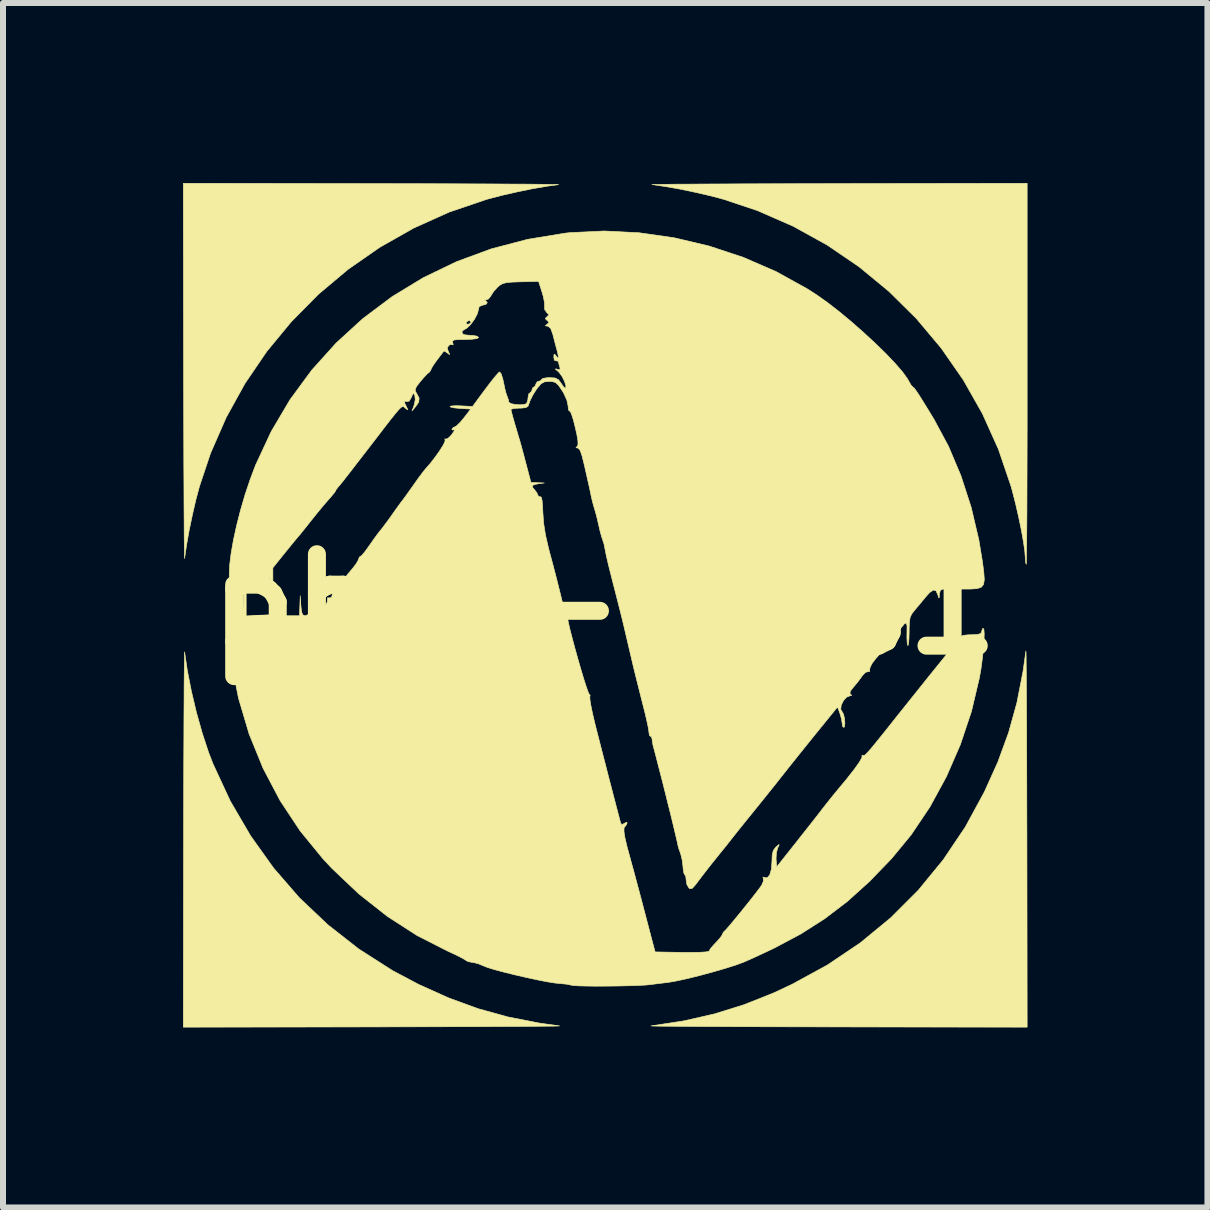
<source format=kicad_pcb>
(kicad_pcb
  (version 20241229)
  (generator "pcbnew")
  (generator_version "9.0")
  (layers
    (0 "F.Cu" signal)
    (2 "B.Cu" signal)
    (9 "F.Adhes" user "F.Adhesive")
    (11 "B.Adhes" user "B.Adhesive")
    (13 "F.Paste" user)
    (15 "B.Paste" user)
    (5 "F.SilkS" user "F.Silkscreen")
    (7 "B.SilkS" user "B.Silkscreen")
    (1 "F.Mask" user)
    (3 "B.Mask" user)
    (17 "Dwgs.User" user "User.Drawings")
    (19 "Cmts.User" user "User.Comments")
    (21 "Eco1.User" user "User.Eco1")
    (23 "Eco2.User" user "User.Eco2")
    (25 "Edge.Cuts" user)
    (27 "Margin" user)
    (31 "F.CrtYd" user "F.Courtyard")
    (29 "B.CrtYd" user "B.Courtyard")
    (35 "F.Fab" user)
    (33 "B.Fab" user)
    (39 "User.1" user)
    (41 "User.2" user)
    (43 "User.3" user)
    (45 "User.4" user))
  (footprint "phol-labs1"
    (layer "F.Cu")
    (at 7.022 7.022)
    (property "Reference" "phol-labs1" (at 0 0 0) (layer "F.SilkS") (effects (font (size 1.524 1.524) (thickness 0.3))))
    (attr through_hole)
    (fp_poly (pts (xy 7.029 0.795) (xy 7.031 0.873) (xy 7.032 1.005) (xy 7.034 1.189) (xy 7.036 1.419) (xy 7.037 1.693) (xy 7.039 2.006) (xy 7.04 2.354) (xy 7.041 2.733) (xy 7.042 3.139) (xy 7.043 3.567) (xy 7.044 3.866) (xy 7.048 7.048) (xy 3.866 7.044) (xy 3.424 7.043) (xy 3.003 7.042) (xy 2.606 7.041) (xy 2.237 7.04) (xy 1.9 7.038) (xy 1.599 7.037) (xy 1.339 7.035) (xy 1.123 7.033) (xy 0.956 7.032) (xy 0.841 7.03) (xy 0.783 7.028) (xy 0.778 7.027) (xy 1.329 6.943) (xy 1.84 6.826) (xy 2.331 6.673) (xy 2.821 6.478) (xy 3.127 6.335) (xy 3.72 6.011) (xy 4.269 5.641) (xy 4.774 5.225) (xy 5.234 4.765) (xy 5.648 4.26) (xy 6.017 3.712) (xy 6.335 3.127) (xy 6.56 2.628) (xy 6.739 2.138) (xy 6.877 1.641) (xy 6.98 1.115) (xy 7.027 0.778) (xy 7.029 0.795)) (stroke (width 0.01) (type solid)) (fill yes) (layer "F.SilkS"))
    (fp_poly (pts (xy -6.95 1.103) (xy -6.883 1.445) (xy -6.799 1.8) (xy -6.701 2.147) (xy -6.597 2.465) (xy -6.522 2.659) (xy -6.234 3.279) (xy -5.896 3.858) (xy -5.512 4.396) (xy -5.082 4.892) (xy -4.607 5.342) (xy -4.09 5.747) (xy -3.53 6.105) (xy -3.096 6.335) (xy -2.596 6.56) (xy -2.107 6.739) (xy -1.609 6.877) (xy -1.084 6.98) (xy -0.746 7.027) (xy -0.764 7.029) (xy -0.841 7.031) (xy -0.973 7.032) (xy -1.157 7.034) (xy -1.388 7.036) (xy -1.662 7.037) (xy -1.975 7.039) (xy -2.322 7.04) (xy -2.701 7.041) (xy -3.107 7.042) (xy -3.535 7.043) (xy -3.834 7.044) (xy -7.017 7.048) (xy -7.012 3.866) (xy -7.011 3.425) (xy -7.01 3.004) (xy -7.009 2.608) (xy -7.007 2.24) (xy -7.006 1.904) (xy -7.004 1.605) (xy -7.003 1.346) (xy -7.001 1.132) (xy -6.999 0.967) (xy -6.997 0.854) (xy -6.996 0.798) (xy -6.995 0.794) (xy -6.95 1.103)) (stroke (width 0.01) (type solid)) (fill yes) (layer "F.SilkS"))
    (fp_poly (pts (xy -3.834 -7.012) (xy -3.393 -7.011) (xy -2.972 -7.01) (xy -2.576 -7.009) (xy -2.208 -7.007) (xy -1.872 -7.006) (xy -1.573 -7.004) (xy -1.314 -7.003) (xy -1.1 -7.001) (xy -0.935 -6.999) (xy -0.822 -6.997) (xy -0.766 -6.996) (xy -0.762 -6.995) (xy -0.963 -6.967) (xy -1.203 -6.925) (xy -1.461 -6.872) (xy -1.715 -6.814) (xy -1.943 -6.754) (xy -1.964 -6.748) (xy -2.585 -6.537) (xy -3.178 -6.27) (xy -3.741 -5.951) (xy -4.27 -5.583) (xy -4.763 -5.169) (xy -5.215 -4.712) (xy -5.625 -4.215) (xy -5.988 -3.682) (xy -6.301 -3.116) (xy -6.562 -2.52) (xy -6.748 -1.964) (xy -6.808 -1.74) (xy -6.866 -1.487) (xy -6.92 -1.229) (xy -6.963 -0.986) (xy -6.993 -0.78) (xy -6.995 -0.762) (xy -6.996 -0.777) (xy -6.998 -0.852) (xy -7 -0.982) (xy -7.002 -1.164) (xy -7.003 -1.393) (xy -7.005 -1.665) (xy -7.006 -1.976) (xy -7.008 -2.323) (xy -7.009 -2.7) (xy -7.01 -3.105) (xy -7.011 -3.533) (xy -7.012 -3.834) (xy -7.017 -7.017) (xy -3.834 -7.012)) (stroke (width 0.01) (type solid)) (fill yes) (layer "F.SilkS"))
    (fp_poly (pts (xy 7.048 -3.842) (xy 7.048 -3.399) (xy 7.048 -2.974) (xy 7.047 -2.572) (xy 7.046 -2.196) (xy 7.045 -1.852) (xy 7.044 -1.543) (xy 7.042 -1.274) (xy 7.04 -1.049) (xy 7.038 -0.872) (xy 7.036 -0.747) (xy 7.034 -0.679) (xy 7.033 -0.667) (xy 7.022 -0.695) (xy 7.017 -0.763) (xy 7.017 -0.772) (xy 7.009 -0.884) (xy 6.986 -1.042) (xy 6.952 -1.234) (xy 6.908 -1.445) (xy 6.859 -1.661) (xy 6.806 -1.869) (xy 6.78 -1.965) (xy 6.569 -2.585) (xy 6.302 -3.178) (xy 5.983 -3.741) (xy 5.615 -4.27) (xy 5.201 -4.763) (xy 4.744 -5.215) (xy 4.247 -5.625) (xy 3.714 -5.988) (xy 3.148 -6.301) (xy 2.552 -6.562) (xy 1.996 -6.748) (xy 1.771 -6.808) (xy 1.519 -6.866) (xy 1.261 -6.92) (xy 1.018 -6.963) (xy 0.812 -6.993) (xy 0.794 -6.995) (xy 0.809 -6.996) (xy 0.884 -6.998) (xy 1.014 -7) (xy 1.196 -7.002) (xy 1.425 -7.003) (xy 1.697 -7.005) (xy 2.008 -7.006) (xy 2.355 -7.008) (xy 2.732 -7.009) (xy 3.137 -7.01) (xy 3.564 -7.011) (xy 3.866 -7.012) (xy 7.048 -7.017) (xy 7.048 -3.842)) (stroke (width 0.01) (type solid)) (fill yes) (layer "F.SilkS"))
    (fp_poly (pts (xy 0.578 -6.193) (xy 1.165 -6.109) (xy 1.748 -5.971) (xy 2.316 -5.783) (xy 2.862 -5.546) (xy 3.376 -5.262) (xy 3.537 -5.159) (xy 3.718 -5.031) (xy 3.914 -4.879) (xy 4.118 -4.71) (xy 4.321 -4.531) (xy 4.516 -4.351) (xy 4.695 -4.176) (xy 4.849 -4.014) (xy 4.972 -3.872) (xy 5.054 -3.758) (xy 5.073 -3.723) (xy 5.112 -3.655) (xy 5.142 -3.621) (xy 5.146 -3.619) (xy 5.161 -3.609) (xy 5.189 -3.572) (xy 5.235 -3.505) (xy 5.302 -3.399) (xy 5.394 -3.25) (xy 5.496 -3.082) (xy 5.737 -2.634) (xy 5.945 -2.141) (xy 6.115 -1.617) (xy 6.243 -1.073) (xy 6.302 -0.715) (xy 6.325 -0.537) (xy 6.334 -0.411) (xy 6.321 -0.33) (xy 6.282 -0.283) (xy 6.211 -0.261) (xy 6.101 -0.254) (xy 6.015 -0.254) (xy 5.787 -0.254) (xy 5.759 -0.056) (xy 5.732 0.143) (xy 5.722 -0.056) (xy 5.714 -0.165) (xy 5.7 -0.225) (xy 5.676 -0.25) (xy 5.65 -0.254) (xy 5.602 -0.235) (xy 5.585 -0.17) (xy 5.585 -0.167) (xy 5.582 -0.107) (xy 5.574 -0.109) (xy 5.56 -0.156) (xy 5.529 -0.225) (xy 5.485 -0.238) (xy 5.423 -0.196) (xy 5.361 -0.127) (xy 5.279 -0.028) (xy 5.196 0.071) (xy 5.168 0.105) (xy 5.123 0.163) (xy 5.097 0.221) (xy 5.085 0.299) (xy 5.081 0.415) (xy 5.081 0.458) (xy 5.078 0.572) (xy 5.071 0.653) (xy 5.062 0.688) (xy 5.059 0.688) (xy 5.049 0.647) (xy 5.044 0.562) (xy 5.045 0.471) (xy 5.046 0.362) (xy 5.035 0.313) (xy 5.004 0.323) (xy 4.949 0.39) (xy 4.92 0.431) (xy 4.866 0.502) (xy 4.782 0.605) (xy 4.679 0.728) (xy 4.57 0.855) (xy 4.516 0.916) (xy 4.458 0.994) (xy 4.427 1.062) (xy 4.425 1.085) (xy 4.42 1.124) (xy 4.396 1.122) (xy 4.353 1.135) (xy 4.302 1.188) (xy 4.297 1.196) (xy 4.235 1.282) (xy 4.161 1.372) (xy 4.153 1.38) (xy 4.1 1.449) (xy 4.095 1.49) (xy 4.105 1.499) (xy 4.124 1.519) (xy 4.099 1.524) (xy 4.038 1.548) (xy 3.985 1.608) (xy 3.949 1.682) (xy 3.941 1.751) (xy 3.965 1.792) (xy 3.988 1.833) (xy 4.004 1.907) (xy 4.01 1.986) (xy 4.002 2.042) (xy 3.994 2.052) (xy 3.974 2.038) (xy 3.966 1.994) (xy 3.954 1.913) (xy 3.927 1.818) (xy 3.926 1.816) (xy 3.888 1.711) (xy 3.519 2.165) (xy 3.39 2.325) (xy 3.264 2.482) (xy 3.151 2.623) (xy 3.06 2.737) (xy 3.012 2.798) (xy 2.943 2.885) (xy 2.845 3.009) (xy 2.728 3.155) (xy 2.604 3.309) (xy 2.54 3.389) (xy 2.42 3.537) (xy 2.307 3.677) (xy 2.21 3.798) (xy 2.138 3.889) (xy 2.111 3.923) (xy 2.032 4.024) (xy 1.941 4.136) (xy 1.905 4.181) (xy 1.777 4.34) (xy 1.647 4.507) (xy 1.535 4.655) (xy 1.519 4.676) (xy 1.468 4.733) (xy 1.43 4.741) (xy 1.41 4.728) (xy 1.377 4.671) (xy 1.365 4.6) (xy 1.358 4.535) (xy 1.341 4.508) (xy 1.326 4.48) (xy 1.314 4.408) (xy 1.312 4.373) (xy 1.298 4.261) (xy 1.273 4.159) (xy 1.267 4.143) (xy 1.238 4.061) (xy 1.223 4) (xy 1.213 3.949) (xy 1.189 3.847) (xy 1.155 3.703) (xy 1.113 3.529) (xy 1.064 3.334) (xy 1.013 3.128) (xy 0.961 2.922) (xy 0.91 2.725) (xy 0.865 2.549) (xy 0.826 2.402) (xy 0.812 2.349) (xy 0.799 2.275) (xy 0.796 2.244) (xy 0.784 2.203) (xy 0.77 2.202) (xy 0.752 2.186) (xy 0.744 2.132) (xy 0.736 2.069) (xy 0.713 1.96) (xy 0.681 1.821) (xy 0.642 1.667) (xy 0.593 1.473) (xy 0.539 1.258) (xy 0.488 1.052) (xy 0.461 0.937) (xy 0.421 0.767) (xy 0.38 0.592) (xy 0.344 0.439) (xy 0.327 0.365) (xy 0.3 0.253) (xy 0.261 0.097) (xy 0.215 -0.084) (xy 0.167 -0.272) (xy 0.151 -0.333) (xy 0.107 -0.507) (xy 0.067 -0.667) (xy 0.036 -0.8) (xy 0.017 -0.892) (xy 0.013 -0.916) (xy -0.005 -1.006) (xy -0.027 -1.074) (xy -0.027 -1.075) (xy -0.047 -1.133) (xy -0.073 -1.23) (xy -0.093 -1.318) (xy -0.12 -1.435) (xy -0.147 -1.537) (xy -0.162 -1.587) (xy -0.185 -1.666) (xy -0.212 -1.774) (xy -0.223 -1.826) (xy -0.243 -1.923) (xy -0.259 -1.995) (xy -0.264 -2.016) (xy -0.274 -2.06) (xy -0.294 -2.149) (xy -0.321 -2.269) (xy -0.334 -2.326) (xy -0.37 -2.471) (xy -0.401 -2.561) (xy -0.431 -2.6) (xy -0.444 -2.604) (xy -0.472 -2.612) (xy -0.454 -2.629) (xy -0.439 -2.657) (xy -0.439 -2.718) (xy -0.456 -2.823) (xy -0.483 -2.944) (xy -0.514 -3.068) (xy -0.544 -3.162) (xy -0.567 -3.214) (xy -0.577 -3.219) (xy -0.595 -3.235) (xy -0.603 -3.296) (xy -0.603 -3.305) (xy -0.623 -3.4) (xy -0.675 -3.516) (xy -0.702 -3.561) (xy -0.763 -3.65) (xy -0.812 -3.696) (xy -0.869 -3.713) (xy -0.919 -3.715) (xy -0.995 -3.708) (xy -1.053 -3.677) (xy -1.112 -3.608) (xy -1.133 -3.58) (xy -1.194 -3.483) (xy -1.238 -3.392) (xy -1.25 -3.358) (xy -1.27 -3.303) (xy -1.307 -3.278) (xy -1.383 -3.27) (xy -1.413 -3.27) (xy -1.498 -3.265) (xy -1.549 -3.252) (xy -1.556 -3.245) (xy -1.547 -3.205) (xy -1.524 -3.119) (xy -1.491 -3.004) (xy -1.475 -2.951) (xy -1.438 -2.825) (xy -1.406 -2.718) (xy -1.386 -2.648) (xy -1.382 -2.635) (xy -1.369 -2.584) (xy -1.343 -2.489) (xy -1.311 -2.366) (xy -1.296 -2.31) (xy -1.223 -2.032) (xy -1.112 -2.027) (xy -1 -2.022) (xy -1.103 -2.009) (xy -1.183 -1.99) (xy -1.202 -1.957) (xy -1.162 -1.908) (xy -1.159 -1.905) (xy -1.119 -1.851) (xy -1.111 -1.823) (xy -1.089 -1.793) (xy -1.072 -1.795) (xy -1.051 -1.785) (xy -1.037 -1.732) (xy -1.028 -1.627) (xy -1.024 -1.532) (xy -1.011 -1.35) (xy -0.98 -1.154) (xy -0.927 -0.925) (xy -0.905 -0.841) (xy -0.855 -0.655) (xy -0.804 -0.459) (xy -0.758 -0.277) (xy -0.725 -0.143) (xy -0.694 -0.016) (xy -0.666 0.086) (xy -0.645 0.147) (xy -0.639 0.159) (xy -0.619 0.2) (xy -0.611 0.238) (xy -0.596 0.316) (xy -0.569 0.433) (xy -0.531 0.579) (xy -0.487 0.743) (xy -0.439 0.914) (xy -0.391 1.081) (xy -0.345 1.235) (xy -0.304 1.363) (xy -0.272 1.455) (xy -0.252 1.501) (xy -0.248 1.504) (xy -0.235 1.514) (xy -0.241 1.536) (xy -0.24 1.583) (xy -0.225 1.678) (xy -0.198 1.811) (xy -0.161 1.968) (xy -0.144 2.038) (xy -0.098 2.217) (xy -0.047 2.417) (xy 0.008 2.629) (xy 0.063 2.844) (xy 0.117 3.052) (xy 0.167 3.244) (xy 0.21 3.409) (xy 0.244 3.538) (xy 0.266 3.622) (xy 0.273 3.647) (xy 0.294 3.674) (xy 0.334 3.651) (xy 0.373 3.631) (xy 0.381 3.645) (xy 0.358 3.692) (xy 0.346 3.701) (xy 0.329 3.729) (xy 0.328 3.789) (xy 0.343 3.887) (xy 0.377 4.032) (xy 0.429 4.223) (xy 0.459 4.334) (xy 0.495 4.463) (xy 0.536 4.617) (xy 0.586 4.803) (xy 0.646 5.03) (xy 0.718 5.305) (xy 0.788 5.572) (xy 0.847 5.794) (xy 1.296 5.802) (xy 1.457 5.802) (xy 1.593 5.8) (xy 1.691 5.794) (xy 1.742 5.785) (xy 1.746 5.781) (xy 1.767 5.744) (xy 1.82 5.681) (xy 1.857 5.642) (xy 1.922 5.571) (xy 1.962 5.516) (xy 1.968 5.499) (xy 1.99 5.458) (xy 1.995 5.456) (xy 2.023 5.429) (xy 2.082 5.362) (xy 2.162 5.266) (xy 2.256 5.152) (xy 2.355 5.029) (xy 2.451 4.909) (xy 2.534 4.802) (xy 2.597 4.719) (xy 2.624 4.681) (xy 2.652 4.614) (xy 2.649 4.568) (xy 2.644 4.545) (xy 2.662 4.553) (xy 2.716 4.559) (xy 2.758 4.509) (xy 2.786 4.412) (xy 2.794 4.293) (xy 2.799 4.177) (xy 2.817 4.104) (xy 2.854 4.053) (xy 2.862 4.045) (xy 2.909 4.005) (xy 2.916 4.01) (xy 2.892 4.057) (xy 2.869 4.137) (xy 2.863 4.239) (xy 2.864 4.254) (xy 2.873 4.377) (xy 3.191 3.977) (xy 3.31 3.826) (xy 3.426 3.679) (xy 3.527 3.55) (xy 3.604 3.451) (xy 3.628 3.419) (xy 3.72 3.302) (xy 3.821 3.176) (xy 3.871 3.115) (xy 4.04 2.912) (xy 4.167 2.75) (xy 4.251 2.632) (xy 4.293 2.557) (xy 4.296 2.531) (xy 4.296 2.513) (xy 4.308 2.518) (xy 4.319 2.522) (xy 4.334 2.519) (xy 4.356 2.502) (xy 4.39 2.467) (xy 4.441 2.41) (xy 4.512 2.324) (xy 4.609 2.204) (xy 4.735 2.047) (xy 4.894 1.846) (xy 4.949 1.778) (xy 5.092 1.598) (xy 5.24 1.414) (xy 5.38 1.238) (xy 5.504 1.085) (xy 5.598 0.968) (xy 5.697 0.846) (xy 5.786 0.732) (xy 5.855 0.642) (xy 5.888 0.595) (xy 5.929 0.544) (xy 5.98 0.518) (xy 6.062 0.509) (xy 6.116 0.508) (xy 6.221 0.503) (xy 6.274 0.487) (xy 6.287 0.462) (xy 6.302 0.411) (xy 6.313 0.4) (xy 6.327 0.418) (xy 6.332 0.488) (xy 6.329 0.598) (xy 6.319 0.738) (xy 6.302 0.897) (xy 6.28 1.064) (xy 6.253 1.222) (xy 6.12 1.785) (xy 5.935 2.338) (xy 5.703 2.871) (xy 5.428 3.376) (xy 5.115 3.842) (xy 4.788 4.239) (xy 4.418 4.622) (xy 4.051 4.953) (xy 3.673 5.241) (xy 3.273 5.496) (xy 2.837 5.728) (xy 2.778 5.756) (xy 2.634 5.824) (xy 2.491 5.89) (xy 2.372 5.943) (xy 2.334 5.96) (xy 2.2 6.01) (xy 2.024 6.066) (xy 1.821 6.125) (xy 1.607 6.183) (xy 1.399 6.235) (xy 1.214 6.276) (xy 1.067 6.302) (xy 1.032 6.306) (xy 0.916 6.32) (xy 0.811 6.333) (xy 0.778 6.338) (xy 0.694 6.346) (xy 0.567 6.353) (xy 0.407 6.358) (xy 0.229 6.362) (xy 0.044 6.364) (xy -0.136 6.365) (xy -0.297 6.363) (xy -0.427 6.36) (xy -0.513 6.354) (xy -0.54 6.35) (xy -0.626 6.332) (xy -0.731 6.322) (xy -0.739 6.321) (xy -0.829 6.312) (xy -0.964 6.29) (xy -1.129 6.257) (xy -1.313 6.217) (xy -1.5 6.174) (xy -1.677 6.13) (xy -1.831 6.089) (xy -1.947 6.053) (xy -2.006 6.03) (xy -2.1 5.991) (xy -2.184 5.97) (xy -2.199 5.969) (xy -2.272 5.955) (xy -2.308 5.934) (xy -2.352 5.906) (xy -2.438 5.861) (xy -2.552 5.807) (xy -2.609 5.781) (xy -3.12 5.521) (xy -3.615 5.202) (xy -4.091 4.827) (xy -4.542 4.399) (xy -4.688 4.243) (xy -5.07 3.776) (xy -5.404 3.271) (xy -5.688 2.731) (xy -5.92 2.161) (xy -6.097 1.564) (xy -6.219 0.947) (xy -6.274 0.468) (xy -6.283 0.335) (xy -6.285 0.253) (xy -6.278 0.21) (xy -6.259 0.194) (xy -5.969 0.194) (xy -5.771 0.184) (xy -5.572 0.175) (xy -5.569 -0.191) (xy -5.569 -0.319) (xy -5.571 -0.406) (xy -5.574 -0.444) (xy -5.578 -0.426) (xy -5.579 -0.421) (xy -5.593 -0.333) (xy -5.619 -0.293) (xy -5.653 -0.286) (xy -5.7 -0.31) (xy -5.716 -0.361) (xy -5.696 -0.409) (xy -5.675 -0.421) (xy -5.681 -0.429) (xy -5.737 -0.436) (xy -5.802 -0.44) (xy -5.969 -0.446) (xy -5.969 0.194) (xy -6.259 0.194) (xy -6.259 0.193) (xy -6.229 0.19) (xy -6.195 0.185) (xy -6.175 0.161) (xy -6.166 0.105) (xy -6.163 0.003) (xy -6.163 -0.045) (xy -6.168 -0.189) (xy -6.184 -0.279) (xy -6.209 -0.319) (xy -6.24 -0.382) (xy -6.241 -0.393) (xy -6.225 -0.393) (xy -6.195 -0.336) (xy -6.175 -0.318) (xy -6.148 -0.272) (xy -6.133 -0.184) (xy -6.128 -0.045) (xy -6.128 -0.041) (xy -6.126 0.08) (xy -6.119 0.15) (xy -6.104 0.181) (xy -6.077 0.185) (xy -6.072 0.184) (xy -6.046 0.172) (xy -6.03 0.138) (xy -6.021 0.072) (xy -6.017 -0.04) (xy -6.017 -0.127) (xy -6.017 -0.429) (xy -6.12 -0.439) (xy -6.199 -0.43) (xy -6.225 -0.393) (xy -6.241 -0.393) (xy -6.251 -0.497) (xy -6.246 -0.608) (xy -5.524 -0.608) (xy -5.524 0.191) (xy -5.08 0.191) (xy -5.074 0.024) (xy -5.068 -0.143) (xy -5.057 0.024) (xy -5.046 0.123) (xy -5.028 0.173) (xy -4.995 0.19) (xy -4.983 0.191) (xy -4.934 0.171) (xy -4.917 0.104) (xy -4.916 0.103) (xy -4.912 0.016) (xy -4.899 0.103) (xy -4.869 0.174) (xy -4.828 0.191) (xy -4.773 0.166) (xy -4.709 0.106) (xy -4.652 0.031) (xy -4.617 -0.041) (xy -4.615 -0.079) (xy -4.613 -0.11) (xy -4.586 -0.106) (xy -4.547 -0.113) (xy -4.54 -0.139) (xy -4.528 -0.184) (xy -4.516 -0.191) (xy -4.486 -0.215) (xy -4.437 -0.276) (xy -4.413 -0.31) (xy -4.354 -0.397) (xy -4.31 -0.459) (xy -4.262 -0.519) (xy -4.192 -0.602) (xy -4.191 -0.603) (xy -4.134 -0.678) (xy -4.1 -0.738) (xy -4.096 -0.754) (xy -4.079 -0.791) (xy -4.069 -0.794) (xy -4.039 -0.818) (xy -3.986 -0.882) (xy -3.921 -0.972) (xy -3.918 -0.976) (xy -3.849 -1.075) (xy -3.789 -1.158) (xy -3.752 -1.206) (xy -3.699 -1.272) (xy -3.627 -1.368) (xy -3.552 -1.471) (xy -3.493 -1.556) (xy -3.441 -1.628) (xy -3.377 -1.716) (xy -3.365 -1.73) (xy -3.305 -1.812) (xy -3.227 -1.921) (xy -3.159 -2.017) (xy -3.088 -2.117) (xy -3.025 -2.201) (xy -2.985 -2.251) (xy -2.9 -2.348) (xy -2.817 -2.456) (xy -2.742 -2.562) (xy -2.685 -2.652) (xy -2.655 -2.716) (xy -2.654 -2.735) (xy -2.658 -2.758) (xy -2.645 -2.753) (xy -2.608 -2.763) (xy -2.556 -2.813) (xy -2.541 -2.832) (xy -2.503 -2.888) (xy -2.497 -2.91) (xy -2.504 -2.908) (xy -2.536 -2.906) (xy -2.54 -2.919) (xy -2.515 -2.95) (xy -2.499 -2.953) (xy -2.46 -2.976) (xy -2.398 -3.037) (xy -2.342 -3.104) (xy -2.226 -3.254) (xy -2.399 -3.264) (xy -2.494 -3.273) (xy -2.557 -3.286) (xy -2.572 -3.296) (xy -2.543 -3.306) (xy -2.468 -3.31) (xy -2.384 -3.307) (xy -2.196 -3.297) (xy -1.983 -3.585) (xy -1.896 -3.7) (xy -1.822 -3.793) (xy -1.768 -3.854) (xy -1.746 -3.874) (xy -1.72 -3.843) (xy -1.692 -3.758) (xy -1.664 -3.627) (xy -1.663 -3.619) (xy -1.644 -3.538) (xy -1.629 -3.493) (xy -1.6 -3.414) (xy -1.591 -3.369) (xy -1.56 -3.346) (xy -1.49 -3.331) (xy -1.406 -3.325) (xy -1.333 -3.331) (xy -1.294 -3.347) (xy -1.275 -3.405) (xy -1.27 -3.453) (xy -1.258 -3.509) (xy -1.238 -3.524) (xy -1.21 -3.55) (xy -1.206 -3.572) (xy -1.189 -3.614) (xy -1.175 -3.619) (xy -1.147 -3.645) (xy -1.143 -3.667) (xy -1.118 -3.709) (xy -1.095 -3.715) (xy -1.053 -3.732) (xy -1.048 -3.747) (xy -1.019 -3.766) (xy -0.948 -3.777) (xy -0.912 -3.778) (xy -0.82 -3.772) (xy -0.763 -3.743) (xy -0.718 -3.681) (xy -0.676 -3.621) (xy -0.647 -3.598) (xy -0.644 -3.6) (xy -0.64 -3.643) (xy -0.663 -3.716) (xy -0.704 -3.798) (xy -0.753 -3.865) (xy -0.771 -3.882) (xy -0.814 -3.919) (xy -0.807 -3.925) (xy -0.78 -3.916) (xy -0.737 -3.909) (xy -0.738 -3.942) (xy -0.741 -3.95) (xy -0.759 -4.014) (xy -0.762 -4.038) (xy -0.784 -4.059) (xy -0.802 -4.056) (xy -0.833 -4.069) (xy -0.841 -4.116) (xy -0.838 -4.168) (xy -0.82 -4.161) (xy -0.802 -4.138) (xy -0.772 -4.105) (xy -0.764 -4.121) (xy -0.777 -4.19) (xy -0.793 -4.251) (xy -0.822 -4.36) (xy -0.853 -4.481) (xy -0.858 -4.501) (xy -0.893 -4.597) (xy -0.936 -4.635) (xy -0.946 -4.636) (xy -0.982 -4.641) (xy -0.959 -4.663) (xy -0.953 -4.668) (xy -0.921 -4.698) (xy -0.946 -4.726) (xy -0.953 -4.731) (xy -0.984 -4.761) (xy -0.959 -4.79) (xy -0.953 -4.795) (xy -0.922 -4.825) (xy -0.948 -4.852) (xy -0.956 -4.858) (xy -0.994 -4.913) (xy -0.995 -4.96) (xy -0.997 -5.03) (xy -1.017 -5.132) (xy -1.039 -5.207) (xy -1.095 -5.382) (xy -1.394 -5.375) (xy -1.537 -5.37) (xy -1.631 -5.361) (xy -1.695 -5.345) (xy -1.743 -5.317) (xy -1.783 -5.282) (xy -1.846 -5.211) (xy -1.887 -5.147) (xy -1.891 -5.138) (xy -1.931 -5.088) (xy -1.963 -5.077) (xy -1.992 -5.069) (xy -1.976 -5.059) (xy -1.95 -5.03) (xy -1.971 -5) (xy -2.028 -4.985) (xy -2.034 -4.985) (xy -2.086 -4.961) (xy -2.095 -4.921) (xy -2.116 -4.842) (xy -2.166 -4.747) (xy -2.232 -4.658) (xy -2.297 -4.598) (xy -2.318 -4.588) (xy -2.366 -4.557) (xy -2.372 -4.53) (xy -2.357 -4.505) (xy -2.322 -4.491) (xy -2.25 -4.484) (xy -2.183 -4.48) (xy -2.119 -4.468) (xy -2.095 -4.445) (xy -2.125 -4.429) (xy -2.204 -4.418) (xy -2.319 -4.413) (xy -2.321 -4.413) (xy -2.438 -4.412) (xy -2.504 -4.405) (xy -2.529 -4.389) (xy -2.527 -4.362) (xy -2.526 -4.359) (xy -2.518 -4.324) (xy -2.527 -4.327) (xy -2.567 -4.329) (xy -2.592 -4.314) (xy -2.618 -4.272) (xy -2.598 -4.211) (xy -2.576 -4.165) (xy -2.59 -4.168) (xy -2.615 -4.188) (xy -2.66 -4.218) (xy -2.676 -4.219) (xy -2.698 -4.189) (xy -2.747 -4.125) (xy -2.786 -4.074) (xy -2.844 -3.993) (xy -2.882 -3.931) (xy -2.889 -3.91) (xy -2.913 -3.87) (xy -2.917 -3.868) (xy -2.952 -3.84) (xy -3.011 -3.777) (xy -3.06 -3.72) (xy -3.124 -3.639) (xy -3.151 -3.588) (xy -3.148 -3.549) (xy -3.127 -3.514) (xy -3.086 -3.436) (xy -3.093 -3.369) (xy -3.142 -3.298) (xy -3.205 -3.223) (xy -3.169 -3.321) (xy -3.151 -3.409) (xy -3.158 -3.48) (xy -3.177 -3.515) (xy -3.195 -3.499) (xy -3.214 -3.451) (xy -3.251 -3.387) (xy -3.289 -3.378) (xy -3.327 -3.385) (xy -3.327 -3.355) (xy -3.297 -3.292) (xy -3.274 -3.245) (xy -3.288 -3.247) (xy -3.314 -3.268) (xy -3.333 -3.284) (xy -3.348 -3.294) (xy -3.366 -3.294) (xy -3.392 -3.278) (xy -3.429 -3.241) (xy -3.483 -3.177) (xy -3.559 -3.082) (xy -3.661 -2.951) (xy -3.794 -2.777) (xy -3.891 -2.651) (xy -4.041 -2.457) (xy -4.157 -2.307) (xy -4.244 -2.194) (xy -4.308 -2.112) (xy -4.353 -2.054) (xy -4.385 -2.015) (xy -4.408 -1.987) (xy -4.428 -1.964) (xy -4.437 -1.954) (xy -4.471 -1.909) (xy -4.477 -1.893) (xy -4.496 -1.863) (xy -4.547 -1.801) (xy -4.6 -1.74) (xy -4.682 -1.646) (xy -4.782 -1.525) (xy -4.879 -1.404) (xy -4.885 -1.397) (xy -4.966 -1.294) (xy -5.036 -1.207) (xy -5.082 -1.15) (xy -5.089 -1.143) (xy -5.127 -1.098) (xy -5.193 -1.018) (xy -5.277 -0.915) (xy -5.328 -0.852) (xy -5.524 -0.608) (xy -6.246 -0.608) (xy -6.244 -0.656) (xy -6.22 -0.85) (xy -6.181 -1.072) (xy -6.128 -1.314) (xy -6.063 -1.568) (xy -5.988 -1.826) (xy -5.903 -2.079) (xy -5.814 -2.316) (xy -5.551 -2.881) (xy -5.237 -3.412) (xy -4.875 -3.904) (xy -4.469 -4.355) (xy -4.093 -4.699) (xy -2.302 -4.699) (xy -2.295 -4.672) (xy -2.272 -4.667) (xy -2.229 -4.684) (xy -2.223 -4.699) (xy -2.245 -4.73) (xy -2.252 -4.731) (xy -2.295 -4.708) (xy -2.302 -4.699) (xy -4.093 -4.699) (xy -4.021 -4.764) (xy -3.536 -5.128) (xy -3.016 -5.444) (xy -2.464 -5.71) (xy -1.884 -5.924) (xy -1.278 -6.083) (xy -0.651 -6.186) (xy -0.577 -6.194) (xy -0.006 -6.222) (xy 0.578 -6.193)) (stroke (width 0.01) (type solid)) (fill yes) (layer "F.SilkS")))
  (gr_rect
    (start -3 -3)
    (end 17.075 17.075)
    (stroke (width 0.1) (type default))
    (fill no)
    (layer "Edge.Cuts")))
</source>
